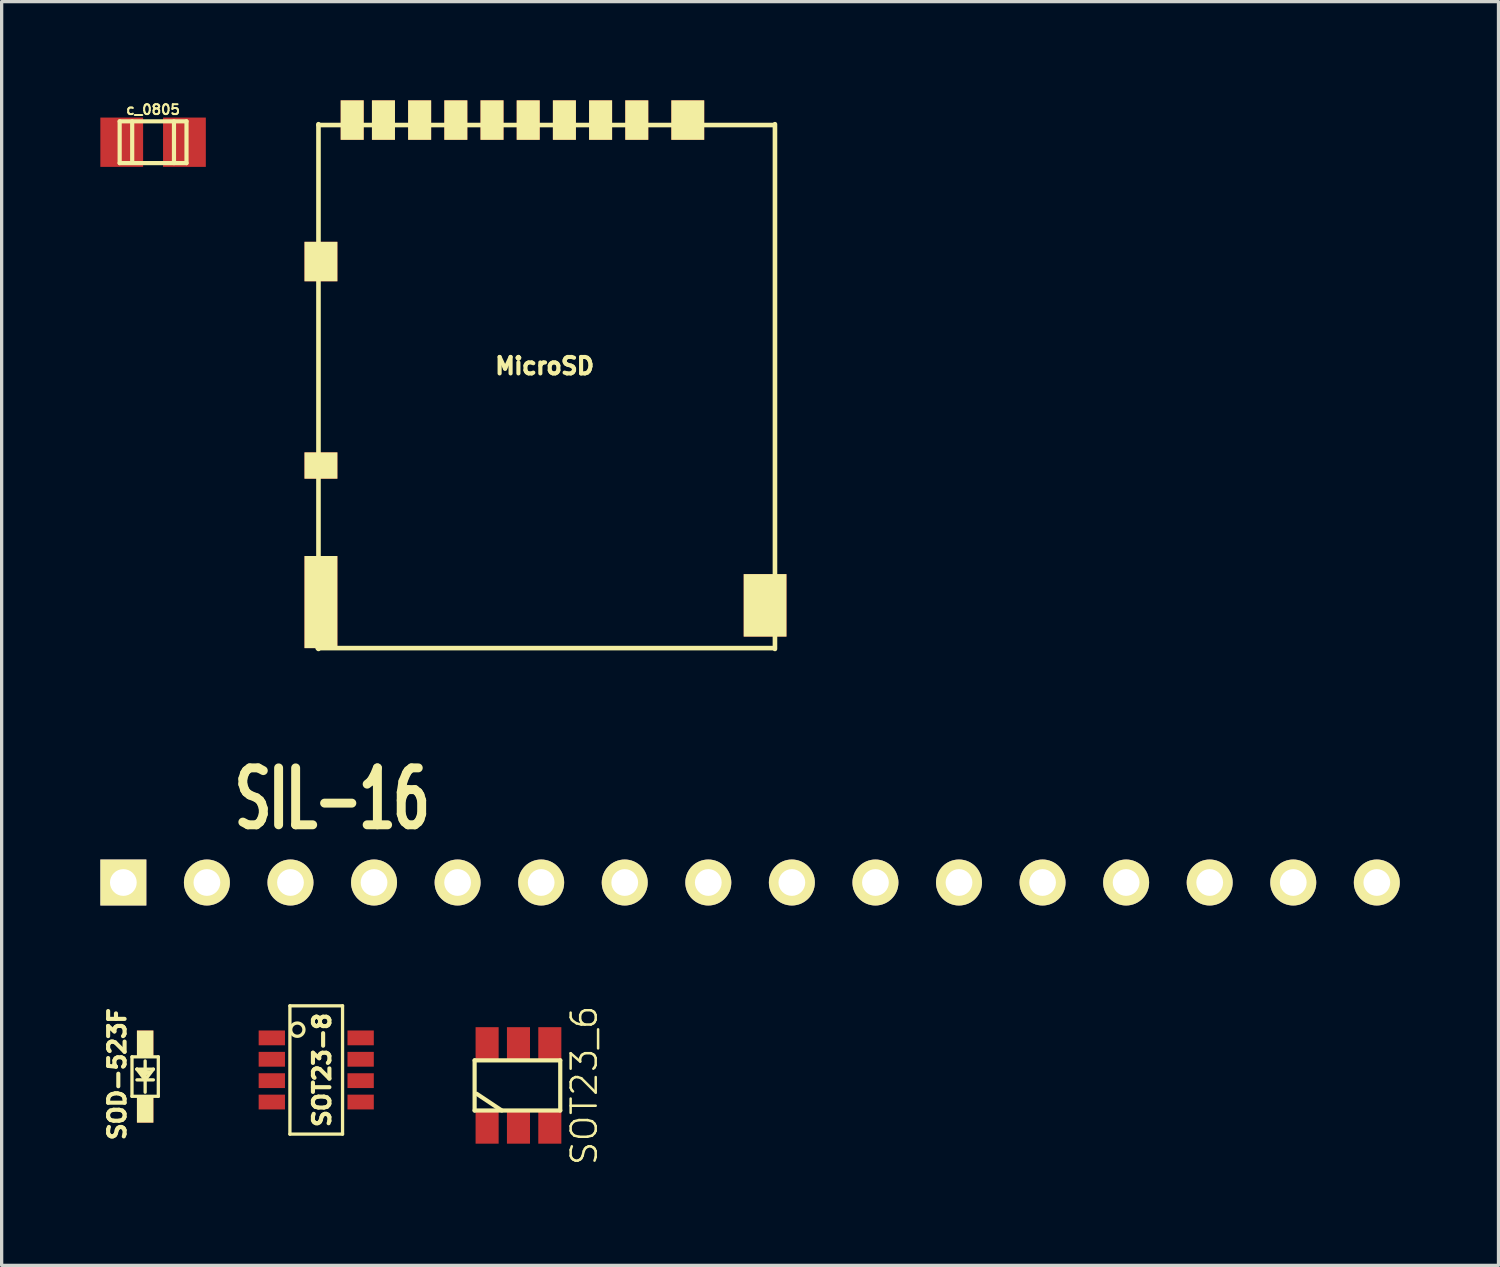
<source format=kicad_pcb>
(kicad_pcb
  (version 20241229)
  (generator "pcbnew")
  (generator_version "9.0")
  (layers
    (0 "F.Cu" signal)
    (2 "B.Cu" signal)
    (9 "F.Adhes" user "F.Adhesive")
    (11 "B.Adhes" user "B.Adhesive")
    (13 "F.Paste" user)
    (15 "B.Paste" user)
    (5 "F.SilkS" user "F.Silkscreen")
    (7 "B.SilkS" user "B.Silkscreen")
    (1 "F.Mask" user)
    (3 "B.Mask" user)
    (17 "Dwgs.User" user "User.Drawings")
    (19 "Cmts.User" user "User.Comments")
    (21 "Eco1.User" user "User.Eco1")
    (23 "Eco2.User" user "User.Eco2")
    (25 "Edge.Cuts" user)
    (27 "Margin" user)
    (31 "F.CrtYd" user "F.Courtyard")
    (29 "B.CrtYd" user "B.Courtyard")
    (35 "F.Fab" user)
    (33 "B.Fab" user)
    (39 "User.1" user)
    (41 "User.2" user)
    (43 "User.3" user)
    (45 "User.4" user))
  (footprint "SIL-16"
    (layer "F.Cu")
    (at 18.479 23.774)
    (property "Reference" "SIL-16" (at -11.43 -2.54 0) (layer "F.SilkS") (effects (font (size 1.73 1.087) (thickness 0.272))))
    (attr through_hole)
    (pad "1" thru_hole rect (at -17.78 0) (size 1.397 1.397) (drill 0.813) (layers "*.Cu" "*.Mask" "F.SilkS"))
    (pad "2" thru_hole circle (at -15.24 0) (size 1.397 1.397) (drill 0.813) (layers "*.Cu" "*.Mask" "F.SilkS"))
    (pad "3" thru_hole circle (at -12.7 0) (size 1.397 1.397) (drill 0.813) (layers "*.Cu" "*.Mask" "F.SilkS"))
    (pad "4" thru_hole circle (at -10.16 0) (size 1.397 1.397) (drill 0.813) (layers "*.Cu" "*.Mask" "F.SilkS"))
    (pad "5" thru_hole circle (at -7.62 0) (size 1.397 1.397) (drill 0.813) (layers "*.Cu" "*.Mask" "F.SilkS"))
    (pad "6" thru_hole circle (at -5.08 0) (size 1.397 1.397) (drill 0.813) (layers "*.Cu" "*.Mask" "F.SilkS"))
    (pad "7" thru_hole circle (at -2.54 0) (size 1.397 1.397) (drill 0.813) (layers "*.Cu" "*.Mask" "F.SilkS"))
    (pad "8" thru_hole circle (at 0 0) (size 1.397 1.397) (drill 0.813) (layers "*.Cu" "*.Mask" "F.SilkS"))
    (pad "9" thru_hole circle (at 2.54 0) (size 1.397 1.397) (drill 0.813) (layers "*.Cu" "*.Mask" "F.SilkS"))
    (pad "10" thru_hole circle (at 5.08 0) (size 1.397 1.397) (drill 0.813) (layers "*.Cu" "*.Mask" "F.SilkS"))
    (pad "11" thru_hole circle (at 7.62 0) (size 1.397 1.397) (drill 0.813) (layers "*.Cu" "*.Mask" "F.SilkS"))
    (pad "12" thru_hole circle (at 10.16 0) (size 1.397 1.397) (drill 0.813) (layers "*.Cu" "*.Mask" "F.SilkS"))
    (pad "13" thru_hole circle (at 12.7 0) (size 1.397 1.397) (drill 0.813) (layers "*.Cu" "*.Mask" "F.SilkS"))
    (pad "14" thru_hole circle (at 15.24 0) (size 1.397 1.397) (drill 0.813) (layers "*.Cu" "*.Mask" "F.SilkS"))
    (pad "15" thru_hole circle (at 17.78 0) (size 1.397 1.397) (drill 0.813) (layers "*.Cu" "*.Mask" "F.SilkS"))
    (pad "16" thru_hole circle (at 20.32 0) (size 1.397 1.397) (drill 0.813) (layers "*.Cu" "*.Mask" "F.SilkS")))
  (footprint "SOT23_6"
    (layer "F.Cu")
    (at 12.709 29.942)
    (property "Reference" "SOT23_6" (at 1.999 0 90) (layer "F.SilkS") (effects (font (size 0.762 0.762) (thickness 0.076))))
    (attr smd)
    (fp_line (start -1.333 -0.762) (end 1.27 -0.762) (stroke (width 0.127) (type solid)) (layer "F.SilkS"))
    (fp_line (start -1.333 0.762) (end -1.333 -0.762) (stroke (width 0.127) (type solid)) (layer "F.SilkS"))
    (fp_line (start -0.508 0.762) (end -1.27 0.254) (stroke (width 0.127) (type solid)) (layer "F.SilkS"))
    (fp_line (start 1.27 -0.762) (end 1.27 0.762) (stroke (width 0.127) (type solid)) (layer "F.SilkS"))
    (fp_line (start 1.27 0.762) (end -1.333 0.762) (stroke (width 0.127) (type solid)) (layer "F.SilkS"))
    (pad "1" smd rect (at -0.953 1.27) (size 0.701 1.001) (layers "F.Cu" "F.Mask" "F.Paste"))
    (pad "2" smd rect (at 0 1.27) (size 0.701 1.001) (layers "F.Cu" "F.Mask" "F.Paste"))
    (pad "3" smd rect (at 0.953 1.27) (size 0.701 1.001) (layers "F.Cu" "F.Mask" "F.Paste"))
    (pad "4" smd rect (at 0.953 -1.27) (size 0.701 1.001) (layers "F.Cu" "F.Mask" "F.Paste"))
    (pad "5" smd rect (at 0 -1.27) (size 0.701 1.001) (layers "F.Cu" "F.Mask" "F.Paste"))
    (pad "6" smd rect (at -0.953 -1.27) (size 0.701 1.001) (layers "F.Cu" "F.Mask" "F.Paste")))
  (footprint "MicroSD"
    (layer "F.Cu")
    (at 13.555 8.7)
    (property "Reference" "MicroSD" (at -0.05 -0.625 0) (layer "F.SilkS") (effects (font (size 0.5 0.5) (thickness 0.125))))
    (attr smd)
    (fp_line (start -6.925 -7.95) (end 6.925 -7.95) (stroke (width 0.14) (type solid)) (layer "F.SilkS"))
    (fp_line (start -6.925 7.975) (end -6.925 -7.975) (stroke (width 0.14) (type solid)) (layer "F.SilkS"))
    (fp_line (start 6.9 7.95) (end -6.95 7.95) (stroke (width 0.14) (type solid)) (layer "F.SilkS"))
    (fp_line (start 6.95 7.975) (end 6.95 -7.975) (stroke (width 0.14) (type solid)) (layer "F.SilkS"))
    (pad "" smd rect (at -6.85 -3.8) (size 1 1.2) (layers "F.Cu" "F.Mask" "F.SilkS" "F.Paste"))
    (pad "" smd rect (at -6.85 2.4) (size 1 0.8) (layers "F.Cu" "F.Mask" "F.SilkS" "F.Paste"))
    (pad "" smd rect (at -6.85 6.55) (size 1 2.8) (layers "F.Cu" "F.Mask" "F.SilkS" "F.Paste"))
    (pad "1" smd rect (at 2.75 -8.1) (size 0.7 1.2) (layers "F.Cu" "F.Mask" "F.SilkS" "F.Paste"))
    (pad "2" smd rect (at 1.65 -8.1) (size 0.7 1.2) (layers "F.Cu" "F.Mask" "F.SilkS" "F.Paste"))
    (pad "3" smd rect (at 0.55 -8.1) (size 0.7 1.2) (layers "F.Cu" "F.Mask" "F.SilkS" "F.Paste"))
    (pad "4" smd rect (at -0.55 -8.1) (size 0.7 1.2) (layers "F.Cu" "F.Mask" "F.SilkS" "F.Paste"))
    (pad "5" smd rect (at -1.65 -8.1) (size 0.7 1.2) (layers "F.Cu" "F.Mask" "F.SilkS" "F.Paste"))
    (pad "6" smd rect (at -2.75 -8.1) (size 0.7 1.2) (layers "F.Cu" "F.Mask" "F.SilkS" "F.Paste"))
    (pad "7" smd rect (at -3.85 -8.1) (size 0.7 1.2) (layers "F.Cu" "F.Mask" "F.SilkS" "F.Paste"))
    (pad "8" smd rect (at -4.95 -8.1) (size 0.7 1.2) (layers "F.Cu" "F.Mask" "F.SilkS" "F.Paste"))
    (pad "9" smd rect (at 4.3 -8.1) (size 1 1.2) (layers "F.Cu" "F.Mask" "F.SilkS" "F.Paste"))
    (pad "10" smd rect (at -5.9 -8.1) (size 0.7 1.2) (layers "F.Cu" "F.Mask" "F.SilkS" "F.Paste"))
    (pad "~" smd rect (at 6.65 6.65) (size 1.3 1.9) (layers "F.Cu" "F.Mask" "F.SilkS" "F.Paste")))
  (footprint "c_0805"
    (layer "F.Cu")
    (at 1.603 1.273)
    (property "Reference" "c_0805" (at 0 -0.991 0) (layer "F.SilkS") (effects (font (size 0.3 0.3) (thickness 0.061))))
    (attr smd)
    (fp_line (start -1.016 -0.635) (end 1.016 -0.635) (stroke (width 0.127) (type solid)) (layer "F.SilkS"))
    (fp_line (start -1.016 0.635) (end -1.016 -0.635) (stroke (width 0.127) (type solid)) (layer "F.SilkS"))
    (fp_line (start -0.635 -0.635) (end -0.635 0.61) (stroke (width 0.127) (type solid)) (layer "F.SilkS"))
    (fp_line (start 0.635 -0.635) (end 0.635 0.635) (stroke (width 0.127) (type solid)) (layer "F.SilkS"))
    (fp_line (start 1.016 -0.635) (end 1.016 0.635) (stroke (width 0.127) (type solid)) (layer "F.SilkS"))
    (fp_line (start 1.016 0.635) (end -1.016 0.635) (stroke (width 0.127) (type solid)) (layer "F.SilkS"))
    (pad "1" smd rect (at 0.953 0) (size 1.3 1.499) (layers "F.Cu" "F.Mask" "F.Paste"))
    (pad "2" smd rect (at -0.953 0) (size 1.3 1.499) (layers "F.Cu" "F.Mask" "F.Paste")))
  (footprint "SOD-523F"
    (layer "F.Cu")
    (at 1.362 29.673)
    (property "Reference" "SOD-523F" (at -0.85 -0.075 90) (layer "F.SilkS") (effects (font (size 0.5 0.5) (thickness 0.125))))
    (attr smd)
    (fp_line (start -0.4 -0.6) (end -0.4 0.6) (stroke (width 0.1) (type solid)) (layer "F.SilkS"))
    (fp_line (start -0.4 -0.6) (end 0.4 -0.6) (stroke (width 0.1) (type solid)) (layer "F.SilkS"))
    (fp_line (start -0.4 0.6) (end 0.4 0.6) (stroke (width 0.1) (type solid)) (layer "F.SilkS"))
    (fp_line (start -0.25 -0.225) (end -0.05 -0.075) (stroke (width 0.1) (type solid)) (layer "F.SilkS"))
    (fp_line (start -0.25 -0.225) (end 0.25 -0.225) (stroke (width 0.1) (type solid)) (layer "F.SilkS"))
    (fp_line (start -0.05 -0.075) (end 0.15 -0.125) (stroke (width 0.1) (type solid)) (layer "F.SilkS"))
    (fp_line (start 0 -0.475) (end 0 0.475) (stroke (width 0.1) (type solid)) (layer "F.SilkS"))
    (fp_line (start 0 0.1) (end -0.25 -0.225) (stroke (width 0.1) (type solid)) (layer "F.SilkS"))
    (fp_line (start 0.15 -0.125) (end -0.1 -0.175) (stroke (width 0.1) (type solid)) (layer "F.SilkS"))
    (fp_line (start 0.25 -0.225) (end 0 0.1) (stroke (width 0.1) (type solid)) (layer "F.SilkS"))
    (fp_line (start 0.25 0.1) (end -0.25 0.1) (stroke (width 0.1) (type solid)) (layer "F.SilkS"))
    (fp_line (start 0.4 0.6) (end 0.4 -0.6) (stroke (width 0.1) (type solid)) (layer "F.SilkS"))
    (pad "1" smd rect (at 0 -1) (size 0.5 0.8) (layers "F.Cu" "F.Mask" "F.SilkS" "F.Paste"))
    (pad "2" smd rect (at 0 1) (size 0.5 0.8) (layers "F.Cu" "F.Mask" "F.SilkS" "F.Paste")))
  (footprint "SOT23-8"
    (layer "F.Cu")
    (at 6.562 29.472)
    (property "Reference" "SOT23-8" (at 0.175 0 90) (layer "F.SilkS") (effects (font (size 0.5 0.5) (thickness 0.125))))
    (attr smd)
    (fp_line (start -0.8 -1.95) (end 0.8 -1.95) (stroke (width 0.1) (type solid)) (layer "F.SilkS"))
    (fp_line (start -0.8 1.95) (end -0.8 -1.95) (stroke (width 0.1) (type solid)) (layer "F.SilkS"))
    (fp_line (start 0.8 -1.95) (end 0.8 1.95) (stroke (width 0.1) (type solid)) (layer "F.SilkS"))
    (fp_line (start 0.8 1.95) (end -0.8 1.95) (stroke (width 0.1) (type solid)) (layer "F.SilkS"))
    (fp_circle (center -0.575 -1.225) (end -0.475 -1.4) (stroke (width 0.1) (type solid)) (fill no) (layer "F.SilkS"))
    (pad "1" smd rect (at -1.35 -0.975 90) (size 0.45 0.8) (layers "F.Cu" "F.Mask" "F.Paste"))
    (pad "2" smd rect (at -1.35 -0.325 90) (size 0.45 0.8) (layers "F.Cu" "F.Mask" "F.Paste"))
    (pad "3" smd rect (at -1.35 0.325 90) (size 0.45 0.8) (layers "F.Cu" "F.Mask" "F.Paste"))
    (pad "4" smd rect (at -1.35 0.975 90) (size 0.45 0.8) (layers "F.Cu" "F.Mask" "F.Paste"))
    (pad "5" smd rect (at 1.35 0.975 90) (size 0.45 0.8) (layers "F.Cu" "F.Mask" "F.Paste"))
    (pad "6" smd rect (at 1.35 0.325 90) (size 0.45 0.8) (layers "F.Cu" "F.Mask" "F.Paste"))
    (pad "7" smd rect (at 1.35 -0.325 90) (size 0.45 0.8) (layers "F.Cu" "F.Mask" "F.Paste"))
    (pad "8" smd rect (at 1.35 -0.975 90) (size 0.45 0.8) (layers "F.Cu" "F.Mask" "F.Paste")))
  (gr_rect
    (start -3 -3)
    (end 42.497 35.411)
    (stroke (width 0.1) (type default))
    (fill no)
    (layer "Edge.Cuts")))
</source>
